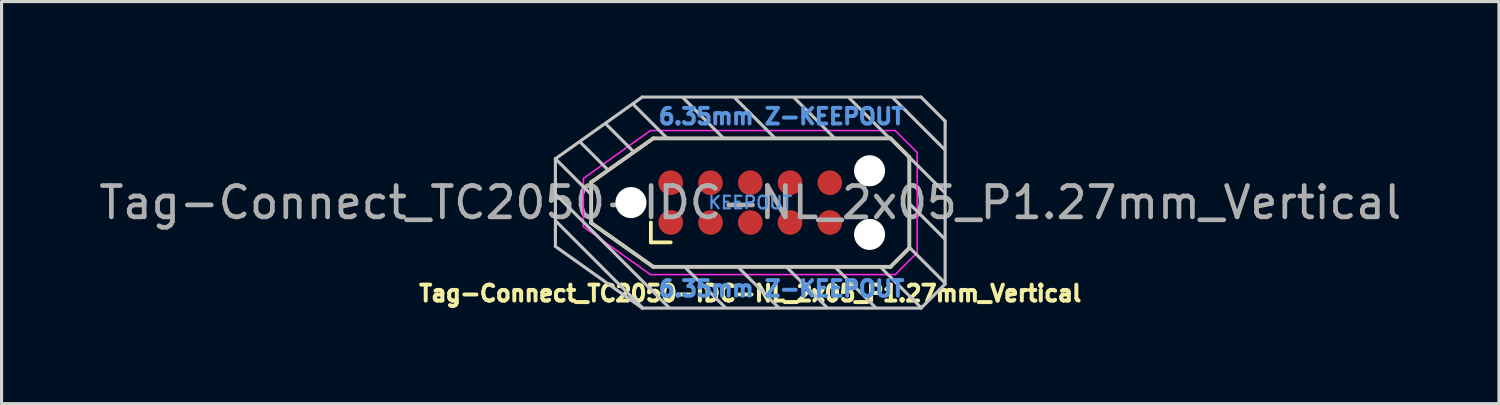
<source format=kicad_pcb>
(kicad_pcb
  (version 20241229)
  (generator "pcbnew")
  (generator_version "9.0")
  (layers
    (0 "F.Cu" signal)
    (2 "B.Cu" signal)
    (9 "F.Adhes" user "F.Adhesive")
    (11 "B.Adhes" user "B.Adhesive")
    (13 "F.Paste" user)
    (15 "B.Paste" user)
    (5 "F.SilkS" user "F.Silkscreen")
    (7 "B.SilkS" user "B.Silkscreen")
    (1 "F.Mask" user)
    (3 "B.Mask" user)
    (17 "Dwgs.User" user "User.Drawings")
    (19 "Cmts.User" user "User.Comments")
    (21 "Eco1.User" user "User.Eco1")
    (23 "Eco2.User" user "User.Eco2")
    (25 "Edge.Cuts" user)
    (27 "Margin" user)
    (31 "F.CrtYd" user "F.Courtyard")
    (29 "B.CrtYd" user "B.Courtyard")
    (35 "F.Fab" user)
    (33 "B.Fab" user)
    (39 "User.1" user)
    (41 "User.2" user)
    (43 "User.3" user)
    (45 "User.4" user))
  (footprint "Tag-Connect_TC2050-IDC-NL_2x05_P1.27mm_Vertical"
    (layer "F.Cu")
    (at 20.911 3.42)
    (property "Reference" "Tag-Connect_TC2050-IDC-NL_2x05_P1.27mm_Vertical" (at 0 2.9 0) (layer "F.SilkS") (effects (font (size 0.508 0.508) (thickness 0.127) (bold yes))))
    (attr exclude_from_pos_files exclude_from_bom)
    (fp_line (start -5.08 -0.65) (end -3.1 -2.05) (stroke (width 0.12) (type solid)) (layer "F.SilkS"))
    (fp_line (start -5.08 0.65) (end -5.08 -0.65) (stroke (width 0.12) (type solid)) (layer "F.SilkS"))
    (fp_line (start -3.175 1.27) (end -3.175 0.635) (stroke (width 0.12) (type solid)) (layer "F.SilkS"))
    (fp_line (start -3.1 -2.05) (end 4.48 -2.05) (stroke (width 0.12) (type solid)) (layer "F.SilkS"))
    (fp_line (start -3.1 2.05) (end -5.08 0.65) (stroke (width 0.12) (type solid)) (layer "F.SilkS"))
    (fp_line (start -2.54 1.27) (end -3.175 1.27) (stroke (width 0.12) (type solid)) (layer "F.SilkS"))
    (fp_line (start 4.48 -2.05) (end 5.08 -1.45) (stroke (width 0.12) (type solid)) (layer "F.SilkS"))
    (fp_line (start 4.48 2.05) (end -3.1 2.05) (stroke (width 0.12) (type solid)) (layer "F.SilkS"))
    (fp_line (start 4.48 2.05) (end 5.08 1.45) (stroke (width 0.12) (type solid)) (layer "F.SilkS"))
    (fp_line (start 5.08 -1.45) (end 5.08 1.45) (stroke (width 0.12) (type solid)) (layer "F.SilkS"))
    (fp_line (start -6.223 -1.4) (end -5.1 -0.277) (stroke (width 0.1) (type solid)) (layer "Dwgs.User"))
    (fp_line (start -6.223 -1.4) (end -3.45 -3.37) (stroke (width 0.1) (type solid)) (layer "Dwgs.User"))
    (fp_line (start -6.223 1.4) (end -6.223 -1.4) (stroke (width 0.1) (type solid)) (layer "Dwgs.User"))
    (fp_line (start -6.223 1.4) (end -3.45 3.37) (stroke (width 0.1) (type solid)) (layer "Dwgs.User"))
    (fp_line (start -6.2 -0.25) (end -2.6 3.35) (stroke (width 0.1) (type solid)) (layer "Dwgs.User"))
    (fp_line (start -6.2 0.6) (end -3.45 3.35) (stroke (width 0.1) (type solid)) (layer "Dwgs.User"))
    (fp_line (start -5.4 -1.9) (end -4.55 -1.05) (stroke (width 0.1) (type solid)) (layer "Dwgs.User"))
    (fp_line (start -5.08 -0.65) (end -3.1 -2.05) (stroke (width 0.1) (type solid)) (layer "Dwgs.User"))
    (fp_line (start -5.08 0.65) (end -5.08 -0.65) (stroke (width 0.1) (type solid)) (layer "Dwgs.User"))
    (fp_line (start -4.6 -2.5) (end -3.75 -1.65) (stroke (width 0.1) (type solid)) (layer "Dwgs.User"))
    (fp_line (start -3.75 -3.15) (end -2.65 -2.05) (stroke (width 0.1) (type solid)) (layer "Dwgs.User"))
    (fp_line (start -3.45 -3.37) (end 5.453 -3.37) (stroke (width 0.1) (type solid)) (layer "Dwgs.User"))
    (fp_line (start -3.1 -2.05) (end 4.48 -2.05) (stroke (width 0.1) (type solid)) (layer "Dwgs.User"))
    (fp_line (start -3.1 2.05) (end -5.08 0.65) (stroke (width 0.1) (type solid)) (layer "Dwgs.User"))
    (fp_line (start -2.15 -3.35) (end -0.85 -2.05) (stroke (width 0.1) (type solid)) (layer "Dwgs.User"))
    (fp_line (start -2.1 2.05) (end -0.8 3.35) (stroke (width 0.1) (type solid)) (layer "Dwgs.User"))
    (fp_line (start -0.5 -3.35) (end 0.8 -2.05) (stroke (width 0.1) (type solid)) (layer "Dwgs.User"))
    (fp_line (start -0.35 2.1) (end 0.9 3.35) (stroke (width 0.1) (type solid)) (layer "Dwgs.User"))
    (fp_line (start 1.15 2.05) (end 2.45 3.35) (stroke (width 0.1) (type solid)) (layer "Dwgs.User"))
    (fp_line (start 1.4 -3.35) (end 2.7 -2.05) (stroke (width 0.1) (type solid)) (layer "Dwgs.User"))
    (fp_line (start 2.7 2.05) (end 4 3.35) (stroke (width 0.1) (type solid)) (layer "Dwgs.User"))
    (fp_line (start 3.15 -3.35) (end 4.4 -2.1) (stroke (width 0.1) (type solid)) (layer "Dwgs.User"))
    (fp_line (start 4.2 2.1) (end 5.45 3.35) (stroke (width 0.1) (type solid)) (layer "Dwgs.User"))
    (fp_line (start 4.4 -2.1) (end 4.45 -2.05) (stroke (width 0.1) (type solid)) (layer "Dwgs.User"))
    (fp_line (start 4.48 -2.05) (end 5.08 -1.45) (stroke (width 0.1) (type solid)) (layer "Dwgs.User"))
    (fp_line (start 4.48 2.05) (end -3.1 2.05) (stroke (width 0.1) (type solid)) (layer "Dwgs.User"))
    (fp_line (start 4.48 2.05) (end 5.08 1.45) (stroke (width 0.1) (type solid)) (layer "Dwgs.User"))
    (fp_line (start 4.55 -3.35) (end 6.2 -1.7) (stroke (width 0.1) (type solid)) (layer "Dwgs.User"))
    (fp_line (start 5.08 -1.45) (end 5.08 1.45) (stroke (width 0.1) (type solid)) (layer "Dwgs.User"))
    (fp_line (start 5.08 -1.45) (end 6.2 -0.33) (stroke (width 0.1) (type solid)) (layer "Dwgs.User"))
    (fp_line (start 5.1 0.05) (end 6.2 1.15) (stroke (width 0.1) (type solid)) (layer "Dwgs.User"))
    (fp_line (start 5.1 1.45) (end 6.2 2.55) (stroke (width 0.1) (type solid)) (layer "Dwgs.User"))
    (fp_line (start 5.453 -3.37) (end 6.223 -2.6) (stroke (width 0.1) (type solid)) (layer "Dwgs.User"))
    (fp_line (start 5.453 3.37) (end -3.45 3.37) (stroke (width 0.1) (type solid)) (layer "Dwgs.User"))
    (fp_line (start 5.453 3.37) (end 6.223 2.6) (stroke (width 0.1) (type solid)) (layer "Dwgs.User"))
    (fp_line (start 6.223 -2.6) (end 6.223 2.6) (stroke (width 0.1) (type solid)) (layer "Dwgs.User"))
    (fp_line (start -5.33 -0.77) (end -3.19 -2.3) (stroke (width 0.05) (type solid)) (layer "F.CrtYd"))
    (fp_line (start -5.33 0.77) (end -5.33 -0.77) (stroke (width 0.05) (type solid)) (layer "F.CrtYd"))
    (fp_line (start -3.19 -2.3) (end 4.63 -2.3) (stroke (width 0.05) (type solid)) (layer "F.CrtYd"))
    (fp_line (start -3.19 2.3) (end -5.33 0.77) (stroke (width 0.05) (type solid)) (layer "F.CrtYd"))
    (fp_line (start 4.63 -2.3) (end 5.33 -1.6) (stroke (width 0.05) (type solid)) (layer "F.CrtYd"))
    (fp_line (start 4.63 2.3) (end -3.19 2.3) (stroke (width 0.05) (type solid)) (layer "F.CrtYd"))
    (fp_line (start 4.63 2.3) (end 5.33 1.6) (stroke (width 0.05) (type solid)) (layer "F.CrtYd"))
    (fp_line (start 5.33 -1.6) (end 5.33 1.6) (stroke (width 0.05) (type solid)) (layer "F.CrtYd"))
    (fp_text user "6.35mm Z-KEEPOUT" (at 1 -2.75 0) (layer "Cmts.User") (effects (font (size 0.5 0.5) (thickness 0.125))))
    (fp_text user "KEEPOUT" (at 0 0 0) (layer "Cmts.User") (effects (font (size 0.4 0.4) (thickness 0.07))))
    (fp_text user "6.35mm Z-KEEPOUT" (at 1 2.75 0) (layer "Cmts.User") (effects (font (size 0.5 0.5) (thickness 0.125))))
    (fp_text user "${REFERENCE}" (at 0 0 0) (layer "F.Fab") (effects (font (size 1 1) (thickness 0.15))))
    (pad "" np_thru_hole circle (at -3.81 0) (size 0.991 0.991) (drill 0.991) (layers "*.Cu" "*.Mask"))
    (pad "" np_thru_hole circle (at 3.81 -1.016) (size 0.991 0.991) (drill 0.991) (layers "*.Cu" "*.Mask"))
    (pad "" np_thru_hole circle (at 3.81 1.016) (size 0.991 0.991) (drill 0.991) (layers "*.Cu" "*.Mask"))
    (pad "1" connect circle (at -2.54 0.635) (size 0.787 0.787) (layers "F.Cu" "F.Mask"))
    (pad "2" connect circle (at -1.27 0.635) (size 0.787 0.787) (layers "F.Cu" "F.Mask"))
    (pad "3" connect circle (at 0 0.635) (size 0.787 0.787) (layers "F.Cu" "F.Mask"))
    (pad "4" connect circle (at 1.27 0.635) (size 0.787 0.787) (layers "F.Cu" "F.Mask"))
    (pad "5" connect circle (at 2.54 0.635) (size 0.787 0.787) (layers "F.Cu" "F.Mask"))
    (pad "6" connect circle (at 2.54 -0.635) (size 0.787 0.787) (layers "F.Cu" "F.Mask"))
    (pad "7" connect circle (at 1.27 -0.635) (size 0.787 0.787) (layers "F.Cu" "F.Mask"))
    (pad "8" connect circle (at 0 -0.635) (size 0.787 0.787) (layers "F.Cu" "F.Mask"))
    (pad "9" connect circle (at -1.27 -0.635) (size 0.787 0.787) (layers "F.Cu" "F.Mask"))
    (pad "10" connect circle (at -2.54 -0.635) (size 0.787 0.787) (layers "F.Cu" "F.Mask"))
    (zone (net_name "") (layer "F.Cu") (hatch full 0.508) (connect_pads) (min_thickness 0.254) (filled_areas_thickness no) (keepout (tracks allowed) (vias not_allowed) (pads allowed) (copperpour not_allowed) (footprints not_allowed)) (placement (enabled no)) (fill) (polygon (pts (xy 18.371 4.055) (xy 23.451 4.055) (xy 23.451 2.785) (xy 18.371 2.785)))))
  (gr_rect
    (start -3 -3)
    (end 44.821 9.84)
    (stroke (width 0.1) (type default))
    (fill no)
    (layer "Edge.Cuts")))
</source>
